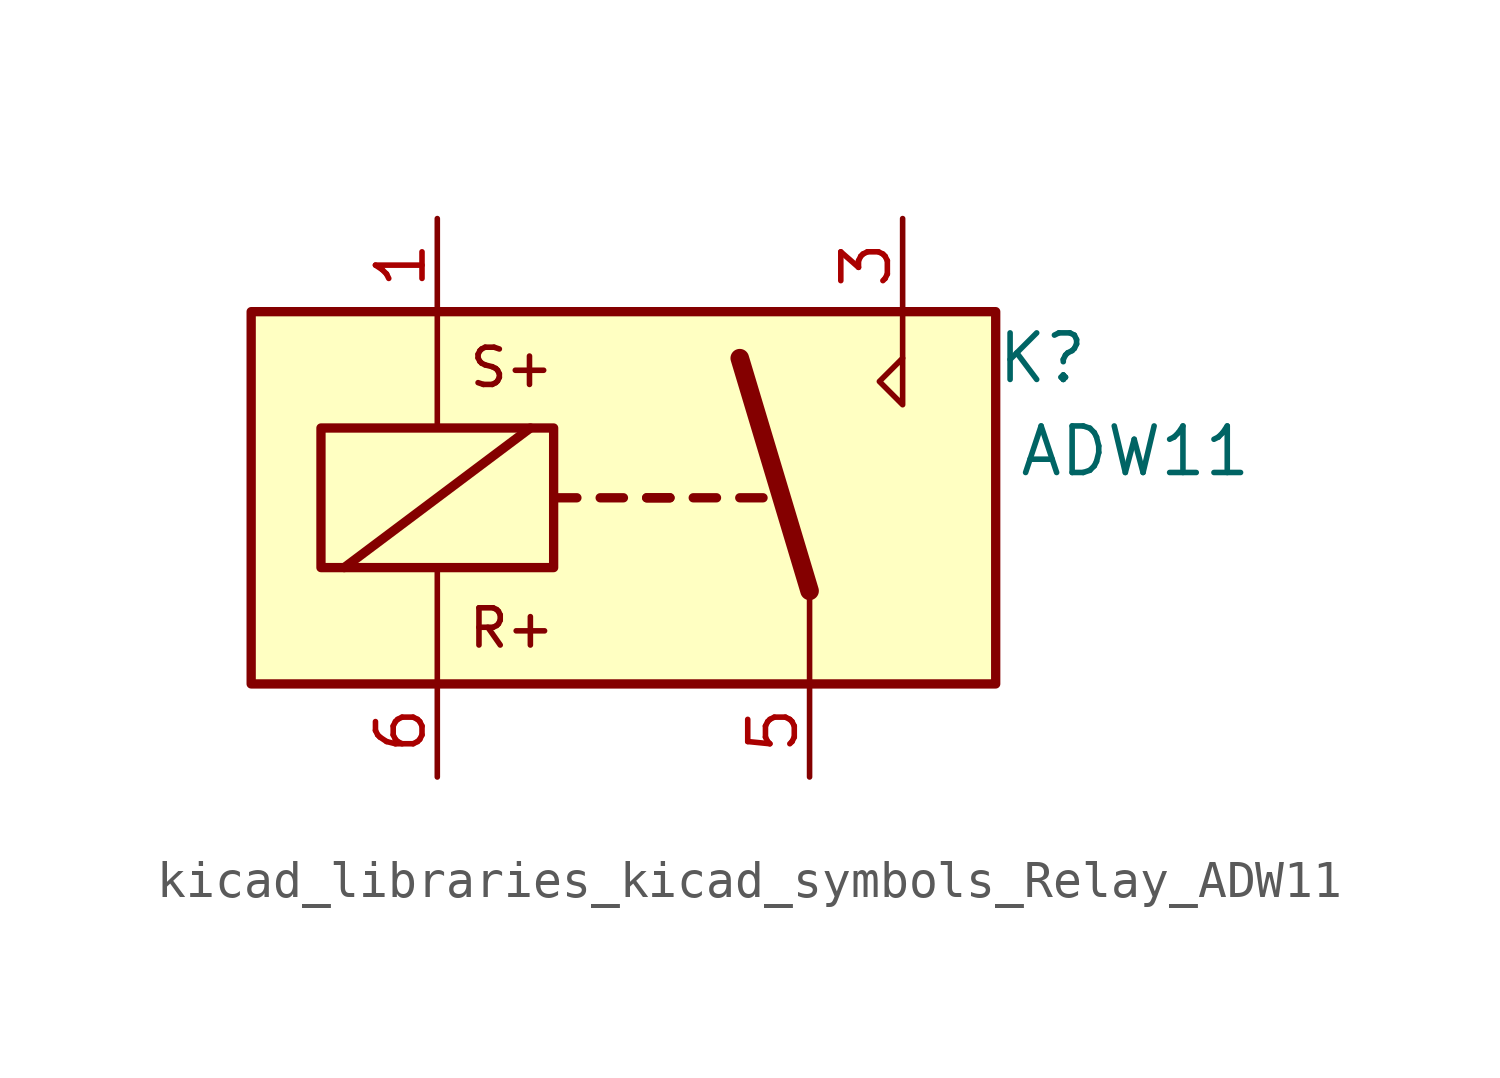
<source format=kicad_sym>
(kicad_symbol_lib
  (version 20220914)
  (generator kicad_symbol_editor)
  (symbol "kicad_libraries_kicad_symbols_Relay_ADW11"
    (property "Reference" "K"
      (at 11.43 3.81 0)
      (effects (font (size 1.27 1.27))))
    (property "Value" "ADW11"
      (at 13.97 1.27 0)
      (effects (font (size 1.27 1.27))))
    (symbol "kicad_libraries_kicad_symbols_Relay_ADW11_1_1"
      (rectangle (start -10.16 5.08) (end 10.16 -5.08) (stroke (width 0.254) (type default)) (fill (type background)))
      (rectangle (start -8.255 1.905) (end -1.905 -1.905) (stroke (width 0.254) (type default)) (fill (type none)))
      (polyline (pts (xy -7.62 -1.905) (xy -2.54 1.905)) (stroke (width 0.254) (type default)) (fill (type none)))
      (polyline (pts (xy -5.08 -5.08) (xy -5.08 -1.905)) (stroke (width 0) (type default)) (fill (type none)))
      (polyline (pts (xy -5.08 5.08) (xy -5.08 1.905)) (stroke (width 0) (type default)) (fill (type none)))
      (polyline (pts (xy -1.905 0) (xy -1.27 0)) (stroke (width 0.254) (type default)) (fill (type none)))
      (polyline (pts (xy -0.635 0) (xy 0 0)) (stroke (width 0.254) (type default)) (fill (type none)))
      (polyline (pts (xy 0.635 0) (xy 1.27 0)) (stroke (width 0.254) (type default)) (fill (type none)))
      (polyline (pts (xy 0.635 0) (xy 1.27 0)) (stroke (width 0.254) (type default)) (fill (type none)))
      (polyline (pts (xy 1.905 0) (xy 2.54 0)) (stroke (width 0.254) (type default)) (fill (type none)))
      (polyline (pts (xy 3.175 0) (xy 3.81 0)) (stroke (width 0.254) (type default)) (fill (type none)))
      (polyline (pts (xy 5.08 -2.54) (xy 3.175 3.81)) (stroke (width 0.508) (type default)) (fill (type none)))
      (polyline (pts (xy 5.08 -2.54) (xy 5.08 -5.08)) (stroke (width 0) (type default)) (fill (type none)))
      (polyline (pts (xy 7.62 3.81) (xy 7.62 5.08)) (stroke (width 0) (type default)) (fill (type none)))
      (polyline (pts (xy 7.62 3.81) (xy 7.62 2.54) (xy 6.985 3.175) (xy 7.62 3.81)) (stroke (width 0) (type default)) (fill (type none)))
      (text "R+" (at -3.048 -3.556 0) (effects (font (size 1.016 1.016))))
      (text "S+" (at -3.048 3.556 0) (effects (font (size 1.016 1.016))))
      (pin passive line (at -5.08 7.62 270) (length 2.54) (name "~" (effects (font (size 1.27 1.27)))) (number "1" (effects (font (size 1.27 1.27)))))
      (pin passive line (at 7.62 7.62 270) (length 2.54) (name "~" (effects (font (size 1.27 1.27)))) (number "3" (effects (font (size 1.27 1.27)))))
      (pin passive line (at 5.08 -7.62 90) (length 2.54) (name "~" (effects (font (size 1.27 1.27)))) (number "5" (effects (font (size 1.27 1.27)))))
      (pin passive line (at -5.08 -7.62 90) (length 2.54) (name "~" (effects (font (size 1.27 1.27)))) (number "6" (effects (font (size 1.27 1.27))))))))
</source>
